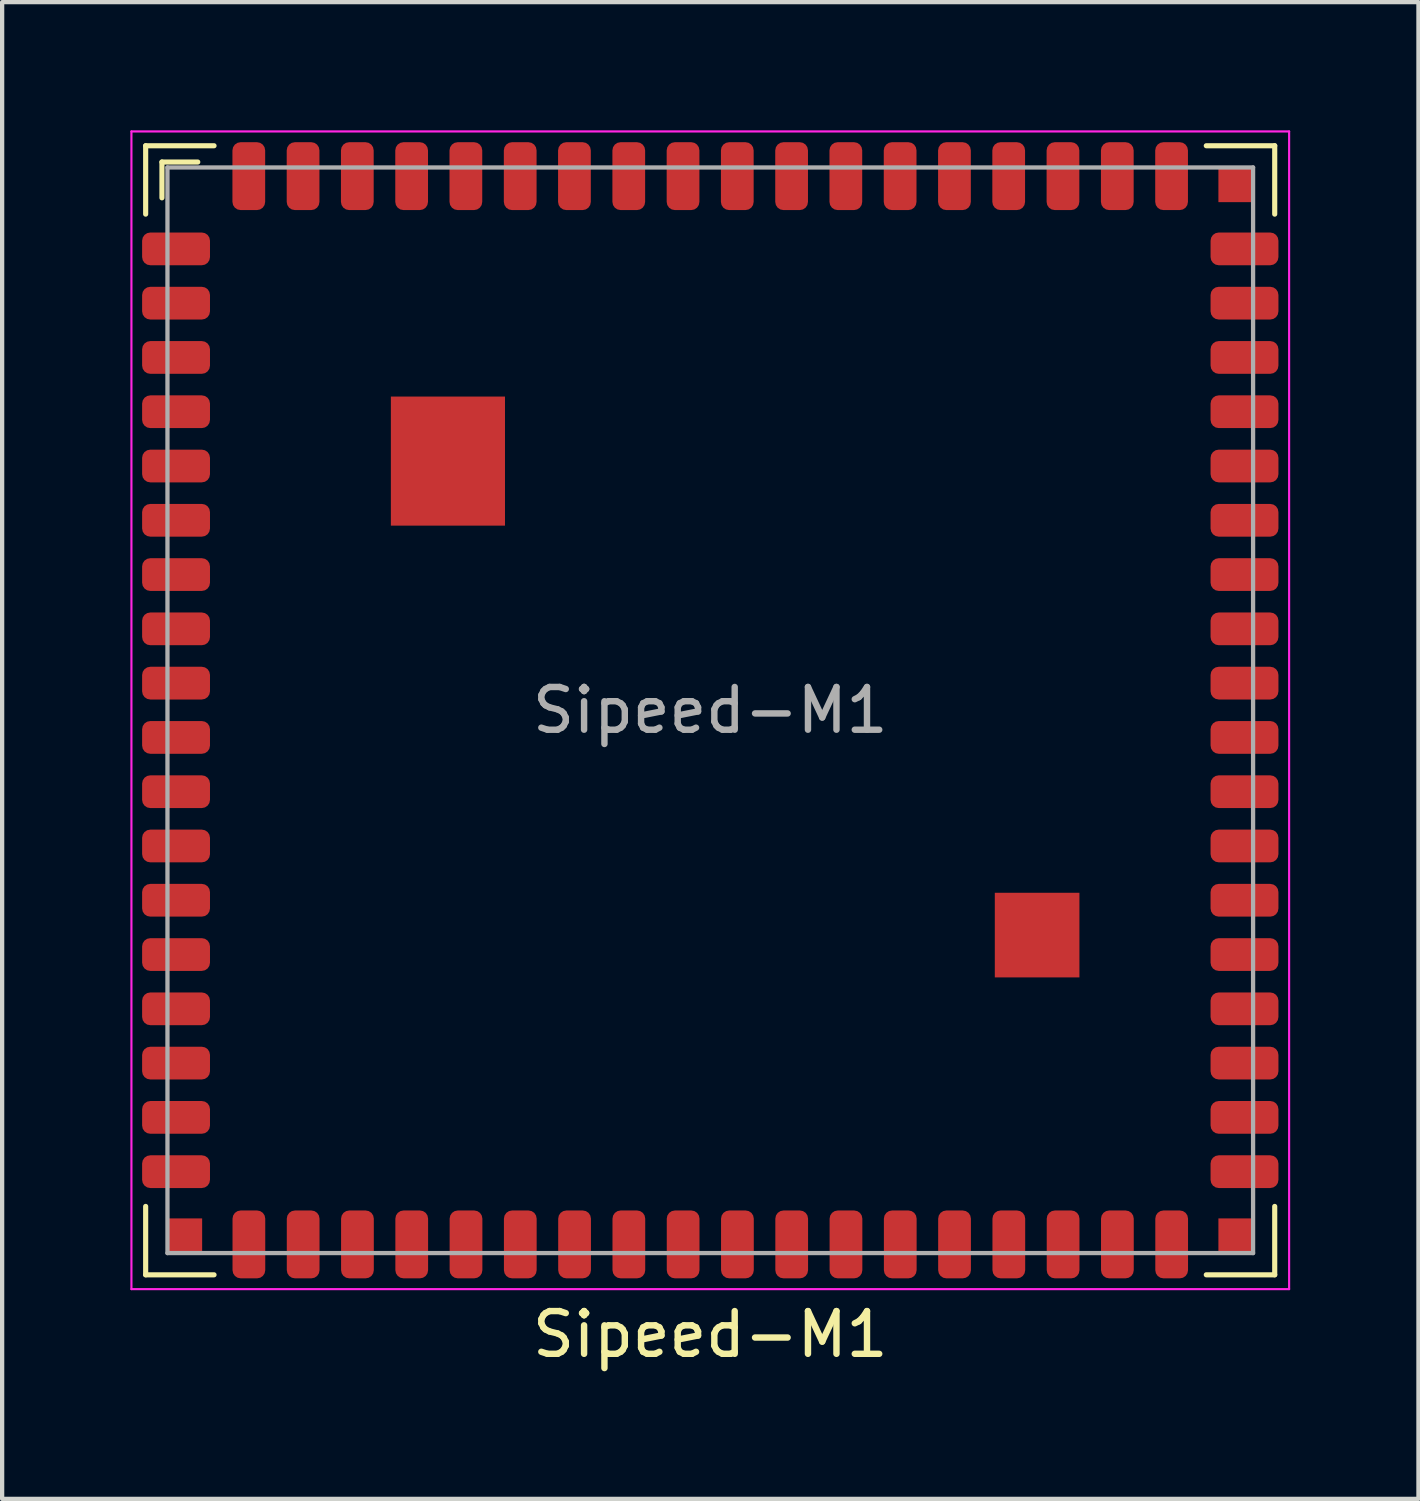
<source format=kicad_pcb>
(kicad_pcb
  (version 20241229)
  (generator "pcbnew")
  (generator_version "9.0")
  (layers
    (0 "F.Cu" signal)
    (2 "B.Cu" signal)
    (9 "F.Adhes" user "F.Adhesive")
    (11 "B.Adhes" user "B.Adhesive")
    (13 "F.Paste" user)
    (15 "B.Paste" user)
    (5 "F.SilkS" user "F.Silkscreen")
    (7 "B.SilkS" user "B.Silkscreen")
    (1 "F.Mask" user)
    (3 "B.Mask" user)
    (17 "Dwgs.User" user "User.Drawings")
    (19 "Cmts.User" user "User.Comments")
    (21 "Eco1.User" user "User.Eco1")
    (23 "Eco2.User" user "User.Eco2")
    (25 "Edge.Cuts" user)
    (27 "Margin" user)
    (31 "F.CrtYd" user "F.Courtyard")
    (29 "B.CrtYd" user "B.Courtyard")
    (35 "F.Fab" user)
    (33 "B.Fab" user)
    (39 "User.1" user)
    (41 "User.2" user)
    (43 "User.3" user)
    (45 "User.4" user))
  (footprint "Sipeed-M1"
    (layer "F.Cu")
    (at 13.568 13.568)
    (property "Reference" "Sipeed-M1" (at 0 14.602 0) (layer "F.SilkS") (effects (font (size 1 1) (thickness 0.15))))
    (attr smd)
    (fp_line (start -13.21 -13.208) (end -13.21 -11.608) (stroke (width 0.12) (type solid)) (layer "F.SilkS"))
    (fp_line (start -13.21 13.208) (end -13.21 11.608) (stroke (width 0.12) (type solid)) (layer "F.SilkS"))
    (fp_line (start -12.829 -12.827) (end -12.829 -11.989) (stroke (width 0.12) (type solid)) (layer "F.SilkS"))
    (fp_line (start -11.991 -12.827) (end -12.829 -12.827) (stroke (width 0.12) (type solid)) (layer "F.SilkS"))
    (fp_line (start -11.61 -13.208) (end -13.21 -13.208) (stroke (width 0.12) (type solid)) (layer "F.SilkS"))
    (fp_line (start -11.61 13.208) (end -13.21 13.208) (stroke (width 0.12) (type solid)) (layer "F.SilkS"))
    (fp_line (start 11.605 13.208) (end 13.206 13.208) (stroke (width 0.12) (type solid)) (layer "F.SilkS"))
    (fp_line (start 13.206 -13.208) (end 11.605 -13.208) (stroke (width 0.12) (type solid)) (layer "F.SilkS"))
    (fp_line (start 13.206 -11.608) (end 13.206 -13.208) (stroke (width 0.12) (type solid)) (layer "F.SilkS"))
    (fp_line (start 13.206 13.208) (end 13.206 11.608) (stroke (width 0.12) (type solid)) (layer "F.SilkS"))
    (fp_line (start -13.543 -13.543) (end 13.543 -13.543) (stroke (width 0.05) (type solid)) (layer "F.CrtYd"))
    (fp_line (start -13.543 13.543) (end -13.543 -13.543) (stroke (width 0.05) (type solid)) (layer "F.CrtYd"))
    (fp_line (start 13.543 -13.543) (end 13.543 13.543) (stroke (width 0.05) (type solid)) (layer "F.CrtYd"))
    (fp_line (start 13.543 13.543) (end -13.543 13.543) (stroke (width 0.05) (type solid)) (layer "F.CrtYd"))
    (fp_line (start -12.7 -12.7) (end 12.7 -12.7) (stroke (width 0.1) (type solid)) (layer "F.Fab"))
    (fp_line (start -12.7 12.7) (end -12.7 -12.7) (stroke (width 0.1) (type solid)) (layer "F.Fab"))
    (fp_line (start 12.7 -12.7) (end 12.7 12.7) (stroke (width 0.1) (type solid)) (layer "F.Fab"))
    (fp_line (start 12.7 12.7) (end -12.7 12.7) (stroke (width 0.1) (type solid)) (layer "F.Fab"))
    (fp_text user "${REFERENCE}" (at 0 0 0) (layer "F.Fab") (effects (font (size 1 1) (thickness 0.15))))
    (pad "1" smd roundrect (at -12.499 -10.795) (size 1.588 0.766) (layers "F.Cu" "F.Mask" "F.Paste") (roundrect_rratio 0.25))
    (pad "2" smd roundrect (at -12.499 -9.525) (size 1.588 0.766) (layers "F.Cu" "F.Mask" "F.Paste") (roundrect_rratio 0.25))
    (pad "3" smd roundrect (at -12.499 -8.255) (size 1.588 0.766) (layers "F.Cu" "F.Mask" "F.Paste") (roundrect_rratio 0.25))
    (pad "4" smd roundrect (at -12.499 -6.985) (size 1.588 0.766) (layers "F.Cu" "F.Mask" "F.Paste") (roundrect_rratio 0.25))
    (pad "5" smd roundrect (at -12.499 -5.715) (size 1.588 0.766) (layers "F.Cu" "F.Mask" "F.Paste") (roundrect_rratio 0.25))
    (pad "6" smd roundrect (at -12.499 -4.445) (size 1.588 0.766) (layers "F.Cu" "F.Mask" "F.Paste") (roundrect_rratio 0.25))
    (pad "7" smd roundrect (at -12.499 -3.175) (size 1.588 0.766) (layers "F.Cu" "F.Mask" "F.Paste") (roundrect_rratio 0.25))
    (pad "8" smd roundrect (at -12.499 -1.905) (size 1.588 0.766) (layers "F.Cu" "F.Mask" "F.Paste") (roundrect_rratio 0.25))
    (pad "9" smd roundrect (at -12.499 -0.635) (size 1.588 0.766) (layers "F.Cu" "F.Mask" "F.Paste") (roundrect_rratio 0.25))
    (pad "10" smd roundrect (at -12.499 0.635) (size 1.588 0.766) (layers "F.Cu" "F.Mask" "F.Paste") (roundrect_rratio 0.25))
    (pad "11" smd roundrect (at -12.499 1.905) (size 1.588 0.766) (layers "F.Cu" "F.Mask" "F.Paste") (roundrect_rratio 0.25))
    (pad "12" smd roundrect (at -12.499 3.175) (size 1.588 0.766) (layers "F.Cu" "F.Mask" "F.Paste") (roundrect_rratio 0.25))
    (pad "13" smd roundrect (at -12.499 4.445) (size 1.588 0.766) (layers "F.Cu" "F.Mask" "F.Paste") (roundrect_rratio 0.25))
    (pad "14" smd roundrect (at -12.499 5.715) (size 1.588 0.766) (layers "F.Cu" "F.Mask" "F.Paste") (roundrect_rratio 0.25))
    (pad "15" smd roundrect (at -12.499 6.985) (size 1.588 0.766) (layers "F.Cu" "F.Mask" "F.Paste") (roundrect_rratio 0.25))
    (pad "16" smd roundrect (at -12.499 8.255) (size 1.588 0.766) (layers "F.Cu" "F.Mask" "F.Paste") (roundrect_rratio 0.25))
    (pad "17" smd roundrect (at -12.499 9.525) (size 1.588 0.766) (layers "F.Cu" "F.Mask" "F.Paste") (roundrect_rratio 0.25))
    (pad "18" smd roundrect (at -12.499 10.795) (size 1.588 0.766) (layers "F.Cu" "F.Mask" "F.Paste") (roundrect_rratio 0.25))
    (pad "19" smd roundrect (at -10.795 12.497 90) (size 1.588 0.766) (layers "F.Cu" "F.Mask" "F.Paste") (roundrect_rratio 0.25))
    (pad "20" smd roundrect (at -9.525 12.497 90) (size 1.588 0.766) (layers "F.Cu" "F.Mask" "F.Paste") (roundrect_rratio 0.25))
    (pad "21" smd roundrect (at -8.255 12.497 90) (size 1.588 0.766) (layers "F.Cu" "F.Mask" "F.Paste") (roundrect_rratio 0.25))
    (pad "22" smd roundrect (at -6.985 12.497 90) (size 1.588 0.766) (layers "F.Cu" "F.Mask" "F.Paste") (roundrect_rratio 0.25))
    (pad "23" smd roundrect (at -5.715 12.497 90) (size 1.588 0.766) (layers "F.Cu" "F.Mask" "F.Paste") (roundrect_rratio 0.25))
    (pad "24" smd roundrect (at -4.445 12.497 90) (size 1.588 0.766) (layers "F.Cu" "F.Mask" "F.Paste") (roundrect_rratio 0.25))
    (pad "25" smd roundrect (at -3.175 12.497 90) (size 1.588 0.766) (layers "F.Cu" "F.Mask" "F.Paste") (roundrect_rratio 0.25))
    (pad "26" smd roundrect (at -1.905 12.497 90) (size 1.588 0.766) (layers "F.Cu" "F.Mask" "F.Paste") (roundrect_rratio 0.25))
    (pad "27" smd roundrect (at -0.635 12.497 90) (size 1.588 0.766) (layers "F.Cu" "F.Mask" "F.Paste") (roundrect_rratio 0.25))
    (pad "28" smd roundrect (at 0.635 12.497 90) (size 1.588 0.766) (layers "F.Cu" "F.Mask" "F.Paste") (roundrect_rratio 0.25))
    (pad "29" smd roundrect (at 1.905 12.497 90) (size 1.588 0.766) (layers "F.Cu" "F.Mask" "F.Paste") (roundrect_rratio 0.25))
    (pad "30" smd roundrect (at 3.175 12.497 90) (size 1.588 0.766) (layers "F.Cu" "F.Mask" "F.Paste") (roundrect_rratio 0.25))
    (pad "31" smd roundrect (at 4.445 12.497 90) (size 1.588 0.766) (layers "F.Cu" "F.Mask" "F.Paste") (roundrect_rratio 0.25))
    (pad "32" smd roundrect (at 5.715 12.497 90) (size 1.588 0.766) (layers "F.Cu" "F.Mask" "F.Paste") (roundrect_rratio 0.25))
    (pad "33" smd roundrect (at 6.985 12.497 90) (size 1.588 0.766) (layers "F.Cu" "F.Mask" "F.Paste") (roundrect_rratio 0.25))
    (pad "34" smd roundrect (at 8.255 12.497 90) (size 1.588 0.766) (layers "F.Cu" "F.Mask" "F.Paste") (roundrect_rratio 0.25))
    (pad "35" smd roundrect (at 9.525 12.497 90) (size 1.588 0.766) (layers "F.Cu" "F.Mask" "F.Paste") (roundrect_rratio 0.25))
    (pad "36" smd roundrect (at 10.795 12.497 90) (size 1.588 0.766) (layers "F.Cu" "F.Mask" "F.Paste") (roundrect_rratio 0.25))
    (pad "37" smd roundrect (at 12.499 10.795 180) (size 1.588 0.766) (layers "F.Cu" "F.Mask" "F.Paste") (roundrect_rratio 0.25))
    (pad "38" smd roundrect (at 12.499 9.525 180) (size 1.588 0.766) (layers "F.Cu" "F.Mask" "F.Paste") (roundrect_rratio 0.25))
    (pad "39" smd roundrect (at 12.499 8.255 180) (size 1.588 0.766) (layers "F.Cu" "F.Mask" "F.Paste") (roundrect_rratio 0.25))
    (pad "40" smd roundrect (at 12.499 6.985 180) (size 1.588 0.766) (layers "F.Cu" "F.Mask" "F.Paste") (roundrect_rratio 0.25))
    (pad "41" smd roundrect (at 12.499 5.715 180) (size 1.588 0.766) (layers "F.Cu" "F.Mask" "F.Paste") (roundrect_rratio 0.25))
    (pad "42" smd roundrect (at 12.499 4.445 180) (size 1.588 0.766) (layers "F.Cu" "F.Mask" "F.Paste") (roundrect_rratio 0.25))
    (pad "43" smd roundrect (at 12.499 3.175 180) (size 1.588 0.766) (layers "F.Cu" "F.Mask" "F.Paste") (roundrect_rratio 0.25))
    (pad "44" smd roundrect (at 12.499 1.905 180) (size 1.588 0.766) (layers "F.Cu" "F.Mask" "F.Paste") (roundrect_rratio 0.25))
    (pad "45" smd roundrect (at 12.499 0.635 180) (size 1.588 0.766) (layers "F.Cu" "F.Mask" "F.Paste") (roundrect_rratio 0.25))
    (pad "46" smd roundrect (at 12.499 -0.635 180) (size 1.588 0.766) (layers "F.Cu" "F.Mask" "F.Paste") (roundrect_rratio 0.25))
    (pad "47" smd roundrect (at 12.499 -1.905 180) (size 1.588 0.766) (layers "F.Cu" "F.Mask" "F.Paste") (roundrect_rratio 0.25))
    (pad "48" smd roundrect (at 12.499 -3.175 180) (size 1.588 0.766) (layers "F.Cu" "F.Mask" "F.Paste") (roundrect_rratio 0.25))
    (pad "49" smd roundrect (at 12.499 -4.445 180) (size 1.588 0.766) (layers "F.Cu" "F.Mask" "F.Paste") (roundrect_rratio 0.25))
    (pad "50" smd roundrect (at 12.499 -5.715 180) (size 1.588 0.766) (layers "F.Cu" "F.Mask" "F.Paste") (roundrect_rratio 0.25))
    (pad "51" smd roundrect (at 12.499 -6.985 180) (size 1.588 0.766) (layers "F.Cu" "F.Mask" "F.Paste") (roundrect_rratio 0.25))
    (pad "52" smd roundrect (at 12.499 -8.255 180) (size 1.588 0.766) (layers "F.Cu" "F.Mask" "F.Paste") (roundrect_rratio 0.25))
    (pad "53" smd roundrect (at 12.499 -9.525 180) (size 1.588 0.766) (layers "F.Cu" "F.Mask" "F.Paste") (roundrect_rratio 0.25))
    (pad "54" smd roundrect (at 12.499 -10.795 180) (size 1.588 0.766) (layers "F.Cu" "F.Mask" "F.Paste") (roundrect_rratio 0.25))
    (pad "55" smd roundrect (at 10.793 -12.497 270) (size 1.588 0.766) (layers "F.Cu" "F.Mask" "F.Paste") (roundrect_rratio 0.25))
    (pad "56" smd roundrect (at 9.523 -12.497 270) (size 1.588 0.766) (layers "F.Cu" "F.Mask" "F.Paste") (roundrect_rratio 0.25))
    (pad "57" smd roundrect (at 8.252 -12.497 270) (size 1.588 0.766) (layers "F.Cu" "F.Mask" "F.Paste") (roundrect_rratio 0.25))
    (pad "58" smd roundrect (at 6.982 -12.497 270) (size 1.588 0.766) (layers "F.Cu" "F.Mask" "F.Paste") (roundrect_rratio 0.25))
    (pad "59" smd roundrect (at 5.713 -12.497 270) (size 1.588 0.766) (layers "F.Cu" "F.Mask" "F.Paste") (roundrect_rratio 0.25))
    (pad "60" smd roundrect (at 4.442 -12.497 270) (size 1.588 0.766) (layers "F.Cu" "F.Mask" "F.Paste") (roundrect_rratio 0.25))
    (pad "61" smd roundrect (at 3.172 -12.497 270) (size 1.588 0.766) (layers "F.Cu" "F.Mask" "F.Paste") (roundrect_rratio 0.25))
    (pad "62" smd roundrect (at 1.903 -12.497 270) (size 1.588 0.766) (layers "F.Cu" "F.Mask" "F.Paste") (roundrect_rratio 0.25))
    (pad "63" smd roundrect (at 0.632 -12.497 270) (size 1.588 0.766) (layers "F.Cu" "F.Mask" "F.Paste") (roundrect_rratio 0.25))
    (pad "64" smd roundrect (at -0.637 -12.497 270) (size 1.588 0.766) (layers "F.Cu" "F.Mask" "F.Paste") (roundrect_rratio 0.25))
    (pad "65" smd roundrect (at -1.907 -12.497 270) (size 1.588 0.766) (layers "F.Cu" "F.Mask" "F.Paste") (roundrect_rratio 0.25))
    (pad "66" smd roundrect (at -3.178 -12.497 270) (size 1.588 0.766) (layers "F.Cu" "F.Mask" "F.Paste") (roundrect_rratio 0.25))
    (pad "67" smd roundrect (at -4.447 -12.497 270) (size 1.588 0.766) (layers "F.Cu" "F.Mask" "F.Paste") (roundrect_rratio 0.25))
    (pad "68" smd roundrect (at -5.718 -12.497 270) (size 1.588 0.766) (layers "F.Cu" "F.Mask" "F.Paste") (roundrect_rratio 0.25))
    (pad "69" smd roundrect (at -6.987 -12.497 270) (size 1.588 0.766) (layers "F.Cu" "F.Mask" "F.Paste") (roundrect_rratio 0.25))
    (pad "70" smd roundrect (at -8.258 -12.497 270) (size 1.588 0.766) (layers "F.Cu" "F.Mask" "F.Paste") (roundrect_rratio 0.25))
    (pad "71" smd roundrect (at -9.527 -12.497 270) (size 1.588 0.766) (layers "F.Cu" "F.Mask" "F.Paste") (roundrect_rratio 0.25))
    (pad "72" smd roundrect (at -10.797 -12.497 270) (size 1.588 0.766) (layers "F.Cu" "F.Mask" "F.Paste") (roundrect_rratio 0.25))
    (pad "73" smd rect (at -6.138 -5.83 90) (size 3.02 2.67) (layers "F.Cu" "F.Mask" "F.Paste"))
    (pad "74" smd rect (at 7.647 5.26 90) (size 1.98 1.98) (layers "F.Cu" "F.Mask" "F.Paste"))
    (pad "75" smd rect (at 12.294 12.294 90) (size 0.811 0.811) (layers "F.Cu" "F.Mask" "F.Paste"))
    (pad "76" smd rect (at 12.294 -12.294 90) (size 0.811 0.811) (layers "F.Cu" "F.Mask" "F.Paste"))
    (pad "77" smd rect (at -12.294 12.294 90) (size 0.811 0.811) (layers "F.Cu" "F.Mask" "F.Paste")))
  (gr_rect
    (start -3 -3)
    (end 30.137 32.019)
    (stroke (width 0.1) (type default))
    (fill no)
    (layer "Edge.Cuts")))
</source>
